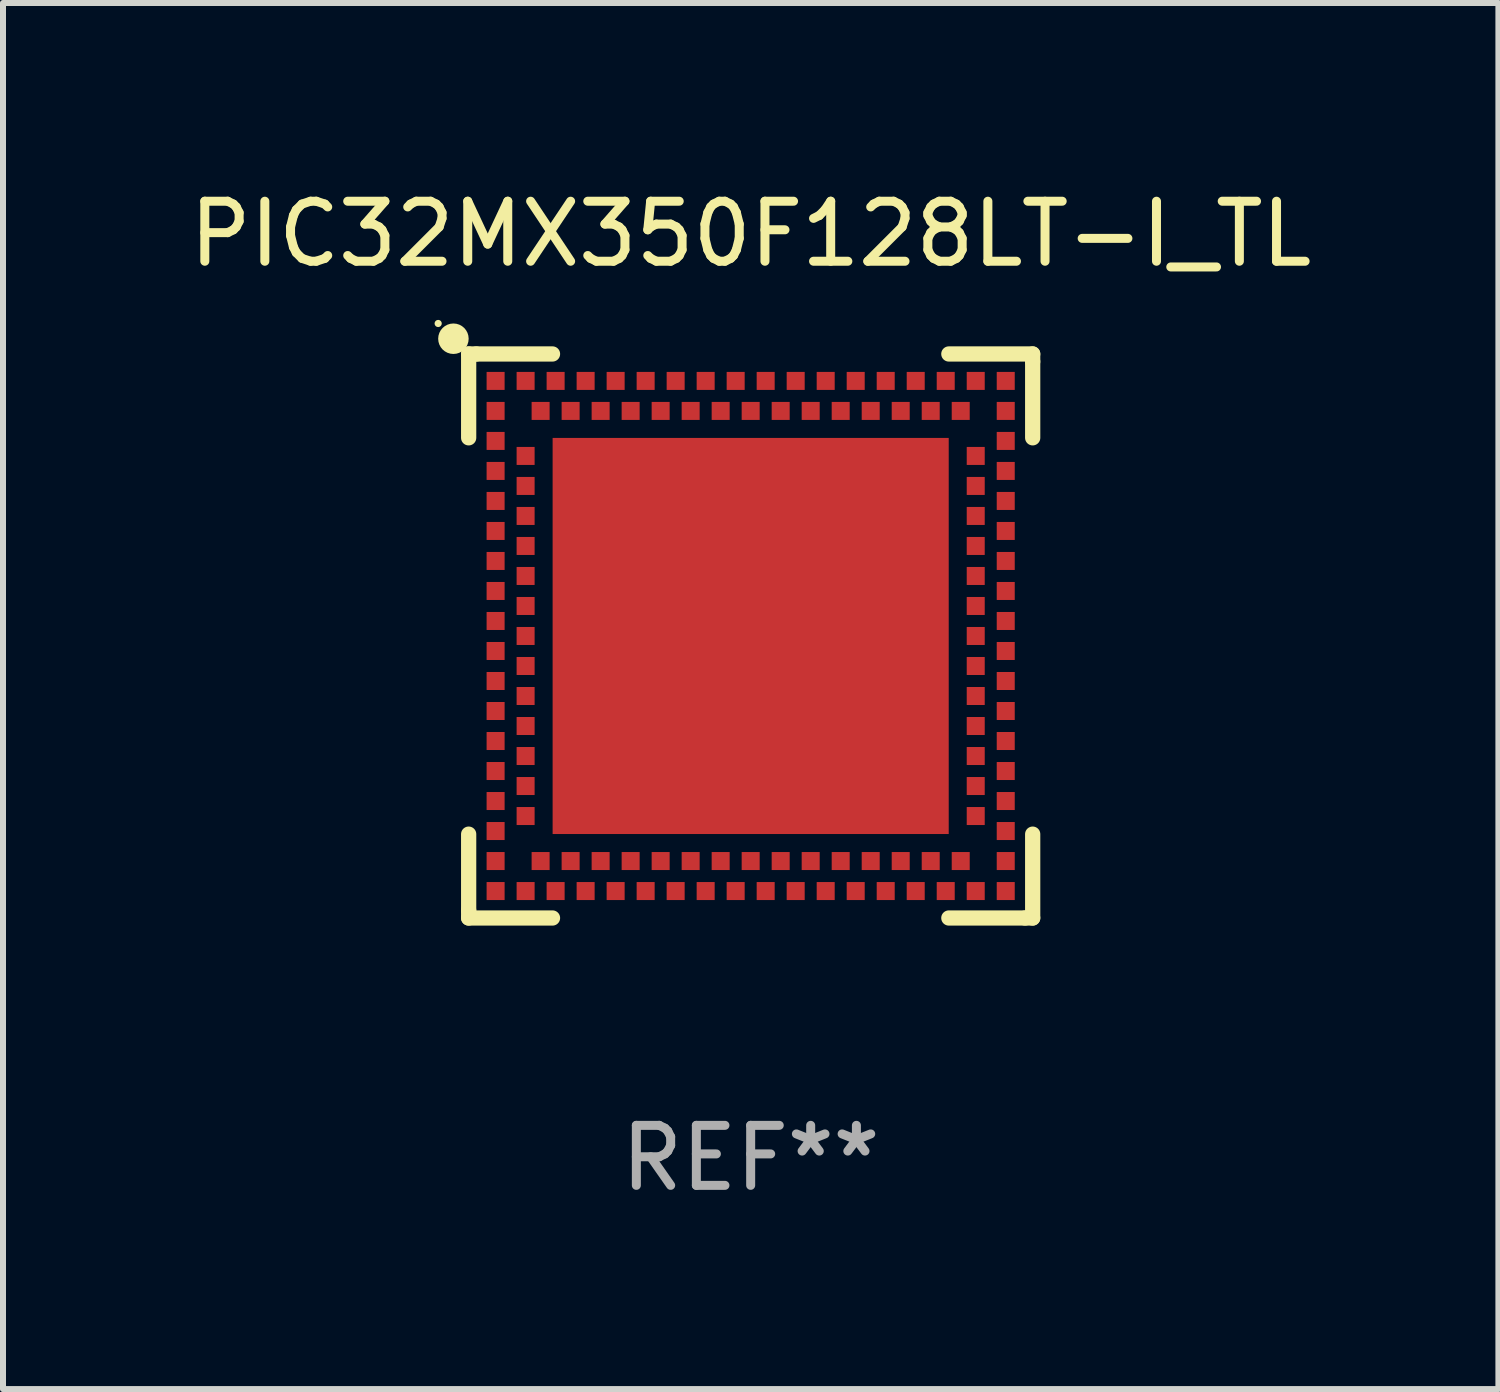
<source format=kicad_pcb>
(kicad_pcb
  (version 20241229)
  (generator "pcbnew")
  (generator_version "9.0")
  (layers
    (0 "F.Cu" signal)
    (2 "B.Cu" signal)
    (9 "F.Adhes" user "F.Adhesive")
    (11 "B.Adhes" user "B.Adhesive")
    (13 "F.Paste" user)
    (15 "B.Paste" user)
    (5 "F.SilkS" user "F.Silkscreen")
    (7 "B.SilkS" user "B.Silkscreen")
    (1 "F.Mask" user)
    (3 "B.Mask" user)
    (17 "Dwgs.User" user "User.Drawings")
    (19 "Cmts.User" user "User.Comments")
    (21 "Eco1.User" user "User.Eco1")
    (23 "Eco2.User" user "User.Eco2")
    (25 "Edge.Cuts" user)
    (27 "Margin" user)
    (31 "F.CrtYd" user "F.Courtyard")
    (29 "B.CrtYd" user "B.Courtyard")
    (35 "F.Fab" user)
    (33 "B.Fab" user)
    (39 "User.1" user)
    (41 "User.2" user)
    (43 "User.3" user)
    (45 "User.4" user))
  (footprint "PIC32MX350F128LT-I_TL"
    (layer "F.Cu")
    (at 9.458 7.547)
    (property "Reference" "PIC32MX350F128LT-I_TL" (at 0 -6.699 0) (layer "F.SilkS") (effects (font (size 1 1) (thickness 0.15))))
    (attr through_hole)
    (fp_line (start -4.699 -4.699) (end -4.699 -3.302) (stroke (width 0.254) (type solid)) (layer "F.SilkS"))
    (fp_line (start -4.699 3.302) (end -4.699 4.572) (stroke (width 0.254) (type solid)) (layer "F.SilkS"))
    (fp_line (start -4.699 4.572) (end -4.699 4.699) (stroke (width 0.254) (type solid)) (layer "F.SilkS"))
    (fp_line (start -4.699 4.699) (end -3.302 4.699) (stroke (width 0.254) (type solid)) (layer "F.SilkS"))
    (fp_line (start -4.572 -4.699) (end -4.699 -4.699) (stroke (width 0.254) (type solid)) (layer "F.SilkS"))
    (fp_line (start -3.302 -4.699) (end -4.572 -4.699) (stroke (width 0.254) (type solid)) (layer "F.SilkS"))
    (fp_line (start 3.302 4.699) (end 4.572 4.699) (stroke (width 0.254) (type solid)) (layer "F.SilkS"))
    (fp_line (start 4.572 4.699) (end 4.699 4.699) (stroke (width 0.254) (type solid)) (layer "F.SilkS"))
    (fp_line (start 4.699 -4.699) (end 3.302 -4.699) (stroke (width 0.254) (type solid)) (layer "F.SilkS"))
    (fp_line (start 4.699 -4.572) (end 4.699 -4.699) (stroke (width 0.254) (type solid)) (layer "F.SilkS"))
    (fp_line (start 4.699 -3.302) (end 4.699 -4.572) (stroke (width 0.254) (type solid)) (layer "F.SilkS"))
    (fp_line (start 4.699 4.699) (end 4.699 3.302) (stroke (width 0.254) (type solid)) (layer "F.SilkS"))
    (fp_circle (center -5.207 -5.207) (end -5.177 -5.207) (stroke (width 0.06) (type solid)) (fill no) (layer "F.SilkS"))
    (fp_circle (center -4.953 -4.953) (end -4.826 -4.953) (stroke (width 0.254) (type solid)) (fill no) (layer "F.SilkS"))
    (fp_text user "REF**" (at 0 8.699 0) (layer "F.Fab") (effects (font (size 1 1) (thickness 0.15))))
    (pad "125" smd rect (at 0.000025 -0.000102 90) (size 6.6 6.6) (layers "F.Cu" "F.Mask" "F.Paste"))
    (pad "A1" smd rect (at -4.25 -3.75 90) (size 0.3 0.3) (layers "F.Cu" "F.Mask" "F.Paste"))
    (pad "A2" smd rect (at -4.25 -3.25 90) (size 0.3 0.3) (layers "F.Cu" "F.Mask" "F.Paste"))
    (pad "A3" smd rect (at -4.25 -2.75 90) (size 0.3 0.3) (layers "F.Cu" "F.Mask" "F.Paste"))
    (pad "A4" smd rect (at -4.25 -2.25 90) (size 0.3 0.3) (layers "F.Cu" "F.Mask" "F.Paste"))
    (pad "A5" smd rect (at -4.25 -1.75 90) (size 0.3 0.3) (layers "F.Cu" "F.Mask" "F.Paste"))
    (pad "A6" smd rect (at -4.25 -1.25 90) (size 0.3 0.3) (layers "F.Cu" "F.Mask" "F.Paste"))
    (pad "A7" smd rect (at -4.25 -0.75 90) (size 0.3 0.3) (layers "F.Cu" "F.Mask" "F.Paste"))
    (pad "A8" smd rect (at -4.25 -0.25 90) (size 0.3 0.3) (layers "F.Cu" "F.Mask" "F.Paste"))
    (pad "A9" smd rect (at -4.25 0.25 90) (size 0.3 0.3) (layers "F.Cu" "F.Mask" "F.Paste"))
    (pad "A10" smd rect (at -4.25 0.75 90) (size 0.3 0.3) (layers "F.Cu" "F.Mask" "F.Paste"))
    (pad "A11" smd rect (at -4.25 1.25 90) (size 0.3 0.3) (layers "F.Cu" "F.Mask" "F.Paste"))
    (pad "A12" smd rect (at -4.25 1.75 90) (size 0.3 0.3) (layers "F.Cu" "F.Mask" "F.Paste"))
    (pad "A13" smd rect (at -4.25 2.25 90) (size 0.3 0.3) (layers "F.Cu" "F.Mask" "F.Paste"))
    (pad "A14" smd rect (at -4.25 2.75 90) (size 0.3 0.3) (layers "F.Cu" "F.Mask" "F.Paste"))
    (pad "A15" smd rect (at -4.25 3.25 90) (size 0.3 0.3) (layers "F.Cu" "F.Mask" "F.Paste"))
    (pad "A16" smd rect (at -4.25 3.75 90) (size 0.3 0.3) (layers "F.Cu" "F.Mask" "F.Paste"))
    (pad "A17" smd rect (at -4.25 4.25 90) (size 0.3 0.3) (layers "F.Cu" "F.Mask" "F.Paste"))
    (pad "A18" smd rect (at -3.75 4.25 90) (size 0.3 0.3) (layers "F.Cu" "F.Mask" "F.Paste"))
    (pad "A19" smd rect (at -3.25 4.25 90) (size 0.3 0.3) (layers "F.Cu" "F.Mask" "F.Paste"))
    (pad "A20" smd rect (at -2.75 4.25 90) (size 0.3 0.3) (layers "F.Cu" "F.Mask" "F.Paste"))
    (pad "A21" smd rect (at -2.25 4.25 90) (size 0.3 0.3) (layers "F.Cu" "F.Mask" "F.Paste"))
    (pad "A22" smd rect (at -1.75 4.25 90) (size 0.3 0.3) (layers "F.Cu" "F.Mask" "F.Paste"))
    (pad "A23" smd rect (at -1.25 4.25 90) (size 0.3 0.3) (layers "F.Cu" "F.Mask" "F.Paste"))
    (pad "A24" smd rect (at -0.75 4.25 90) (size 0.3 0.3) (layers "F.Cu" "F.Mask" "F.Paste"))
    (pad "A25" smd rect (at -0.25 4.25 90) (size 0.3 0.3) (layers "F.Cu" "F.Mask" "F.Paste"))
    (pad "A26" smd rect (at 0.25 4.25 90) (size 0.3 0.3) (layers "F.Cu" "F.Mask" "F.Paste"))
    (pad "A27" smd rect (at 0.75 4.25 90) (size 0.3 0.3) (layers "F.Cu" "F.Mask" "F.Paste"))
    (pad "A28" smd rect (at 1.25 4.25 90) (size 0.3 0.3) (layers "F.Cu" "F.Mask" "F.Paste"))
    (pad "A29" smd rect (at 1.75 4.25 90) (size 0.3 0.3) (layers "F.Cu" "F.Mask" "F.Paste"))
    (pad "A30" smd rect (at 2.25 4.25 90) (size 0.3 0.3) (layers "F.Cu" "F.Mask" "F.Paste"))
    (pad "A31" smd rect (at 2.75 4.25 90) (size 0.3 0.3) (layers "F.Cu" "F.Mask" "F.Paste"))
    (pad "A32" smd rect (at 3.25 4.25 90) (size 0.3 0.3) (layers "F.Cu" "F.Mask" "F.Paste"))
    (pad "A33" smd rect (at 3.75 4.25 90) (size 0.3 0.3) (layers "F.Cu" "F.Mask" "F.Paste"))
    (pad "A34" smd rect (at 4.25 4.25 90) (size 0.3 0.3) (layers "F.Cu" "F.Mask" "F.Paste"))
    (pad "A35" smd rect (at 4.25 3.75 90) (size 0.3 0.3) (layers "F.Cu" "F.Mask" "F.Paste"))
    (pad "A36" smd rect (at 4.25 3.25 90) (size 0.3 0.3) (layers "F.Cu" "F.Mask" "F.Paste"))
    (pad "A37" smd rect (at 4.25 2.75 90) (size 0.3 0.3) (layers "F.Cu" "F.Mask" "F.Paste"))
    (pad "A38" smd rect (at 4.25 2.25 90) (size 0.3 0.3) (layers "F.Cu" "F.Mask" "F.Paste"))
    (pad "A39" smd rect (at 4.25 1.75 90) (size 0.3 0.3) (layers "F.Cu" "F.Mask" "F.Paste"))
    (pad "A40" smd rect (at 4.25 1.25 90) (size 0.3 0.3) (layers "F.Cu" "F.Mask" "F.Paste"))
    (pad "A41" smd rect (at 4.25 0.75 90) (size 0.3 0.3) (layers "F.Cu" "F.Mask" "F.Paste"))
    (pad "A42" smd rect (at 4.25 0.25 90) (size 0.3 0.3) (layers "F.Cu" "F.Mask" "F.Paste"))
    (pad "A43" smd rect (at 4.25 -0.25 90) (size 0.3 0.3) (layers "F.Cu" "F.Mask" "F.Paste"))
    (pad "A44" smd rect (at 4.25 -0.75 90) (size 0.3 0.3) (layers "F.Cu" "F.Mask" "F.Paste"))
    (pad "A45" smd rect (at 4.25 -1.25 90) (size 0.3 0.3) (layers "F.Cu" "F.Mask" "F.Paste"))
    (pad "A46" smd rect (at 4.25 -1.75 90) (size 0.3 0.3) (layers "F.Cu" "F.Mask" "F.Paste"))
    (pad "A47" smd rect (at 4.25 -2.25 90) (size 0.3 0.3) (layers "F.Cu" "F.Mask" "F.Paste"))
    (pad "A48" smd rect (at 4.25 -2.75 90) (size 0.3 0.3) (layers "F.Cu" "F.Mask" "F.Paste"))
    (pad "A49" smd rect (at 4.25 -3.25 90) (size 0.3 0.3) (layers "F.Cu" "F.Mask" "F.Paste"))
    (pad "A50" smd rect (at 4.25 -3.75 90) (size 0.3 0.3) (layers "F.Cu" "F.Mask" "F.Paste"))
    (pad "A51" smd rect (at 4.25 -4.25 90) (size 0.3 0.3) (layers "F.Cu" "F.Mask" "F.Paste"))
    (pad "A52" smd rect (at 3.75 -4.25 90) (size 0.3 0.3) (layers "F.Cu" "F.Mask" "F.Paste"))
    (pad "A53" smd rect (at 3.25 -4.25 90) (size 0.3 0.3) (layers "F.Cu" "F.Mask" "F.Paste"))
    (pad "A54" smd rect (at 2.75 -4.25 90) (size 0.3 0.3) (layers "F.Cu" "F.Mask" "F.Paste"))
    (pad "A55" smd rect (at 2.25 -4.25 90) (size 0.3 0.3) (layers "F.Cu" "F.Mask" "F.Paste"))
    (pad "A56" smd rect (at 1.75 -4.25 90) (size 0.3 0.3) (layers "F.Cu" "F.Mask" "F.Paste"))
    (pad "A57" smd rect (at 1.25 -4.25 90) (size 0.3 0.3) (layers "F.Cu" "F.Mask" "F.Paste"))
    (pad "A58" smd rect (at 0.75 -4.25 90) (size 0.3 0.3) (layers "F.Cu" "F.Mask" "F.Paste"))
    (pad "A59" smd rect (at 0.25 -4.25 90) (size 0.3 0.3) (layers "F.Cu" "F.Mask" "F.Paste"))
    (pad "A60" smd rect (at -0.25 -4.25 90) (size 0.3 0.3) (layers "F.Cu" "F.Mask" "F.Paste"))
    (pad "A61" smd rect (at -0.75 -4.25 90) (size 0.3 0.3) (layers "F.Cu" "F.Mask" "F.Paste"))
    (pad "A62" smd rect (at -1.25 -4.25 90) (size 0.3 0.3) (layers "F.Cu" "F.Mask" "F.Paste"))
    (pad "A63" smd rect (at -1.75 -4.25 90) (size 0.3 0.3) (layers "F.Cu" "F.Mask" "F.Paste"))
    (pad "A64" smd rect (at -2.25 -4.25 90) (size 0.3 0.3) (layers "F.Cu" "F.Mask" "F.Paste"))
    (pad "A65" smd rect (at -2.75 -4.25 90) (size 0.3 0.3) (layers "F.Cu" "F.Mask" "F.Paste"))
    (pad "A66" smd rect (at -3.25 -4.25 90) (size 0.3 0.3) (layers "F.Cu" "F.Mask" "F.Paste"))
    (pad "A67" smd rect (at -3.75 -4.25 90) (size 0.3 0.3) (layers "F.Cu" "F.Mask" "F.Paste"))
    (pad "A68" smd rect (at -4.25 -4.25 90) (size 0.3 0.3) (layers "F.Cu" "F.Mask" "F.Paste"))
    (pad "B1" smd rect (at -3.75 -3 90) (size 0.3 0.3) (layers "F.Cu" "F.Mask" "F.Paste"))
    (pad "B2" smd rect (at -3.75 -2.5 90) (size 0.3 0.3) (layers "F.Cu" "F.Mask" "F.Paste"))
    (pad "B3" smd rect (at -3.75 -2 90) (size 0.3 0.3) (layers "F.Cu" "F.Mask" "F.Paste"))
    (pad "B4" smd rect (at -3.75 -1.5 90) (size 0.3 0.3) (layers "F.Cu" "F.Mask" "F.Paste"))
    (pad "B5" smd rect (at -3.75 -1 90) (size 0.3 0.3) (layers "F.Cu" "F.Mask" "F.Paste"))
    (pad "B6" smd rect (at -3.75 -0.5 90) (size 0.3 0.3) (layers "F.Cu" "F.Mask" "F.Paste"))
    (pad "B7" smd rect (at -3.75 -0.000102 90) (size 0.3 0.3) (layers "F.Cu" "F.Mask" "F.Paste"))
    (pad "B8" smd rect (at -3.75 0.5 90) (size 0.3 0.3) (layers "F.Cu" "F.Mask" "F.Paste"))
    (pad "B9" smd rect (at -3.75 1 90) (size 0.3 0.3) (layers "F.Cu" "F.Mask" "F.Paste"))
    (pad "B10" smd rect (at -3.75 1.5 90) (size 0.3 0.3) (layers "F.Cu" "F.Mask" "F.Paste"))
    (pad "B11" smd rect (at -3.75 2 90) (size 0.3 0.3) (layers "F.Cu" "F.Mask" "F.Paste"))
    (pad "B12" smd rect (at -3.75 2.5 90) (size 0.3 0.3) (layers "F.Cu" "F.Mask" "F.Paste"))
    (pad "B13" smd rect (at -3.75 3 90) (size 0.3 0.3) (layers "F.Cu" "F.Mask" "F.Paste"))
    (pad "B14" smd rect (at -3.5 3.75 90) (size 0.3 0.3) (layers "F.Cu" "F.Mask" "F.Paste"))
    (pad "B15" smd rect (at -3 3.75 90) (size 0.3 0.3) (layers "F.Cu" "F.Mask" "F.Paste"))
    (pad "B16" smd rect (at -2.5 3.75 90) (size 0.3 0.3) (layers "F.Cu" "F.Mask" "F.Paste"))
    (pad "B17" smd rect (at -2 3.75 90) (size 0.3 0.3) (layers "F.Cu" "F.Mask" "F.Paste"))
    (pad "B18" smd rect (at -1.5 3.75 90) (size 0.3 0.3) (layers "F.Cu" "F.Mask" "F.Paste"))
    (pad "B19" smd rect (at -1 3.75 90) (size 0.3 0.3) (layers "F.Cu" "F.Mask" "F.Paste"))
    (pad "B20" smd rect (at -0.5 3.75 90) (size 0.3 0.3) (layers "F.Cu" "F.Mask" "F.Paste"))
    (pad "B21" smd rect (at 0.000025 3.75 90) (size 0.3 0.3) (layers "F.Cu" "F.Mask" "F.Paste"))
    (pad "B22" smd rect (at 0.5 3.75 90) (size 0.3 0.3) (layers "F.Cu" "F.Mask" "F.Paste"))
    (pad "B23" smd rect (at 1 3.75 90) (size 0.3 0.3) (layers "F.Cu" "F.Mask" "F.Paste"))
    (pad "B24" smd rect (at 1.5 3.75 90) (size 0.3 0.3) (layers "F.Cu" "F.Mask" "F.Paste"))
    (pad "B25" smd rect (at 2 3.75 90) (size 0.3 0.3) (layers "F.Cu" "F.Mask" "F.Paste"))
    (pad "B26" smd rect (at 2.5 3.75 90) (size 0.3 0.3) (layers "F.Cu" "F.Mask" "F.Paste"))
    (pad "B27" smd rect (at 3 3.75 90) (size 0.3 0.3) (layers "F.Cu" "F.Mask" "F.Paste"))
    (pad "B28" smd rect (at 3.5 3.75 90) (size 0.3 0.3) (layers "F.Cu" "F.Mask" "F.Paste"))
    (pad "B29" smd rect (at 3.75 3 90) (size 0.3 0.3) (layers "F.Cu" "F.Mask" "F.Paste"))
    (pad "B30" smd rect (at 3.75 2.5 90) (size 0.3 0.3) (layers "F.Cu" "F.Mask" "F.Paste"))
    (pad "B31" smd rect (at 3.75 2 90) (size 0.3 0.3) (layers "F.Cu" "F.Mask" "F.Paste"))
    (pad "B32" smd rect (at 3.75 1.5 90) (size 0.3 0.3) (layers "F.Cu" "F.Mask" "F.Paste"))
    (pad "B33" smd rect (at 3.75 1 90) (size 0.3 0.3) (layers "F.Cu" "F.Mask" "F.Paste"))
    (pad "B34" smd rect (at 3.75 0.5 90) (size 0.3 0.3) (layers "F.Cu" "F.Mask" "F.Paste"))
    (pad "B35" smd rect (at 3.75 -0.000102 90) (size 0.3 0.3) (layers "F.Cu" "F.Mask" "F.Paste"))
    (pad "B36" smd rect (at 3.75 -0.5 90) (size 0.3 0.3) (layers "F.Cu" "F.Mask" "F.Paste"))
    (pad "B37" smd rect (at 3.75 -1 90) (size 0.3 0.3) (layers "F.Cu" "F.Mask" "F.Paste"))
    (pad "B38" smd rect (at 3.75 -1.5 90) (size 0.3 0.3) (layers "F.Cu" "F.Mask" "F.Paste"))
    (pad "B39" smd rect (at 3.75 -2 90) (size 0.3 0.3) (layers "F.Cu" "F.Mask" "F.Paste"))
    (pad "B40" smd rect (at 3.75 -2.5 90) (size 0.3 0.3) (layers "F.Cu" "F.Mask" "F.Paste"))
    (pad "B41" smd rect (at 3.75 -3 90) (size 0.3 0.3) (layers "F.Cu" "F.Mask" "F.Paste"))
    (pad "B42" smd rect (at 3.5 -3.75 90) (size 0.3 0.3) (layers "F.Cu" "F.Mask" "F.Paste"))
    (pad "B43" smd rect (at 3 -3.75 90) (size 0.3 0.3) (layers "F.Cu" "F.Mask" "F.Paste"))
    (pad "B44" smd rect (at 2.5 -3.75 90) (size 0.3 0.3) (layers "F.Cu" "F.Mask" "F.Paste"))
    (pad "B45" smd rect (at 2 -3.75 90) (size 0.3 0.3) (layers "F.Cu" "F.Mask" "F.Paste"))
    (pad "B46" smd rect (at 1.5 -3.75 90) (size 0.3 0.3) (layers "F.Cu" "F.Mask" "F.Paste"))
    (pad "B47" smd rect (at 1 -3.75 90) (size 0.3 0.3) (layers "F.Cu" "F.Mask" "F.Paste"))
    (pad "B48" smd rect (at 0.5 -3.75 90) (size 0.3 0.3) (layers "F.Cu" "F.Mask" "F.Paste"))
    (pad "B49" smd rect (at 0.000025 -3.75 90) (size 0.3 0.3) (layers "F.Cu" "F.Mask" "F.Paste"))
    (pad "B50" smd rect (at -0.5 -3.75 90) (size 0.3 0.3) (layers "F.Cu" "F.Mask" "F.Paste"))
    (pad "B51" smd rect (at -1 -3.75 90) (size 0.3 0.3) (layers "F.Cu" "F.Mask" "F.Paste"))
    (pad "B52" smd rect (at -1.5 -3.75 90) (size 0.3 0.3) (layers "F.Cu" "F.Mask" "F.Paste"))
    (pad "B53" smd rect (at -2 -3.75 90) (size 0.3 0.3) (layers "F.Cu" "F.Mask" "F.Paste"))
    (pad "B54" smd rect (at -2.5 -3.75 90) (size 0.3 0.3) (layers "F.Cu" "F.Mask" "F.Paste"))
    (pad "B55" smd rect (at -3 -3.75 90) (size 0.3 0.3) (layers "F.Cu" "F.Mask" "F.Paste"))
    (pad "B56" smd rect (at -3.5 -3.75 90) (size 0.3 0.3) (layers "F.Cu" "F.Mask" "F.Paste")))
  (gr_rect
    (start -3 -3)
    (end 21.917 20.095)
    (stroke (width 0.1) (type default))
    (fill no)
    (layer "Edge.Cuts")))
</source>
